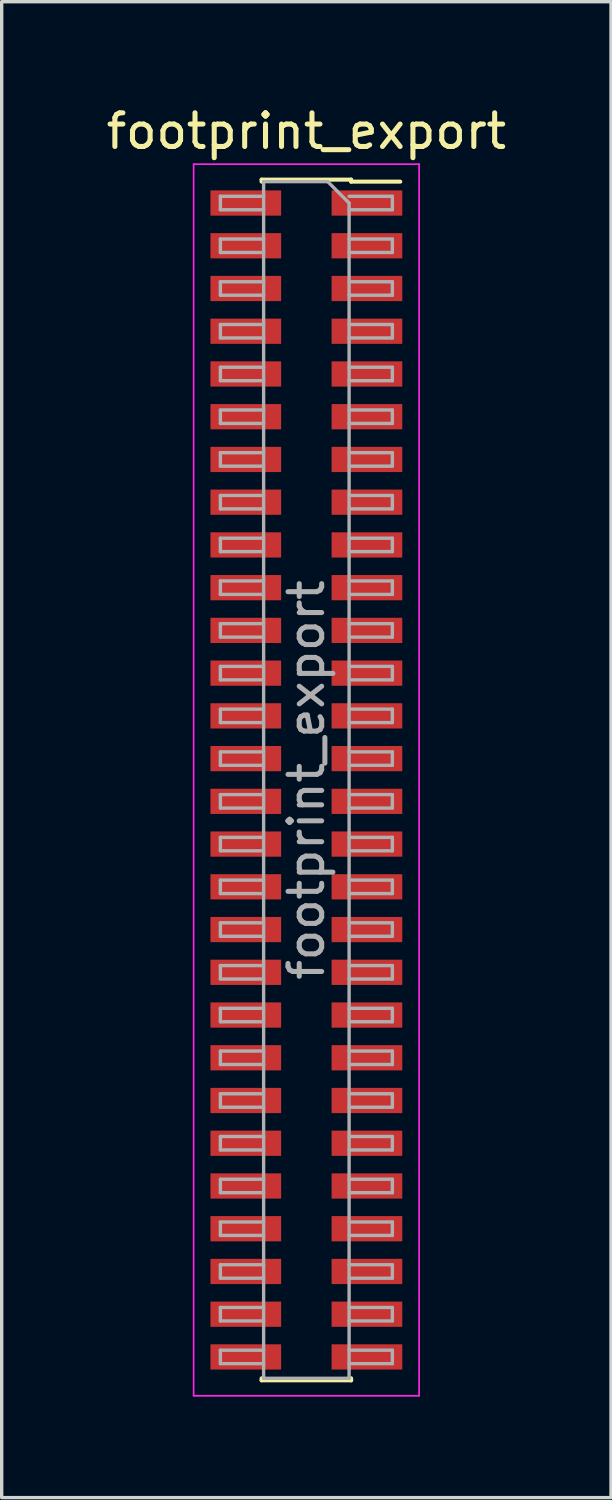
<source format=kicad_pcb>
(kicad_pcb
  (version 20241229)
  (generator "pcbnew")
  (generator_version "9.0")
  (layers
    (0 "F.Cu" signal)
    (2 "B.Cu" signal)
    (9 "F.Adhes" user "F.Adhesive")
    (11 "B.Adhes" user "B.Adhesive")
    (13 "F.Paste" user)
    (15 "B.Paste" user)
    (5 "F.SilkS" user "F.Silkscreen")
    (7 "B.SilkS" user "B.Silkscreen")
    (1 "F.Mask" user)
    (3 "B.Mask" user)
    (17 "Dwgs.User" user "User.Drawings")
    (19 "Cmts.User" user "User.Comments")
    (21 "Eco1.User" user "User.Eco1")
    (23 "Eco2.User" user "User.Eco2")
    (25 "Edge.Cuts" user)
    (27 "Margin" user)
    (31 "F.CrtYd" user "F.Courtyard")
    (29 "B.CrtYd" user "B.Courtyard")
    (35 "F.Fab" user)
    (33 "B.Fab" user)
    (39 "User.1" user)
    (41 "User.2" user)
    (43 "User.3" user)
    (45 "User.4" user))
  (footprint "footprint_export"
    (layer "F.Cu")
    (at 6.054 20.128)
    (property "Reference" "footprint_export" (at 0 -19.28 0) (layer "F.SilkS") (effects (font (size 1 1) (thickness 0.15))))
    (attr smd)
    (fp_line (start -1.33 -17.84) (end -1.33 -17.78) (stroke (width 0.12) (type solid)) (layer "F.SilkS"))
    (fp_line (start -1.33 -17.84) (end 1.33 -17.84) (stroke (width 0.12) (type solid)) (layer "F.SilkS"))
    (fp_line (start -1.33 17.78) (end -1.33 17.84) (stroke (width 0.12) (type solid)) (layer "F.SilkS"))
    (fp_line (start -1.33 17.84) (end 1.33 17.84) (stroke (width 0.12) (type solid)) (layer "F.SilkS"))
    (fp_line (start 1.33 -17.84) (end 1.33 -17.78) (stroke (width 0.12) (type solid)) (layer "F.SilkS"))
    (fp_line (start 1.33 -17.78) (end 2.79 -17.78) (stroke (width 0.12) (type solid)) (layer "F.SilkS"))
    (fp_line (start 1.33 17.78) (end 1.33 17.84) (stroke (width 0.12) (type solid)) (layer "F.SilkS"))
    (fp_line (start -3.35 -18.3) (end 3.35 -18.3) (stroke (width 0.05) (type solid)) (layer "F.CrtYd"))
    (fp_line (start -3.35 18.3) (end -3.35 -18.3) (stroke (width 0.05) (type solid)) (layer "F.CrtYd"))
    (fp_line (start 3.35 -18.3) (end 3.35 18.3) (stroke (width 0.05) (type solid)) (layer "F.CrtYd"))
    (fp_line (start 3.35 18.3) (end -3.35 18.3) (stroke (width 0.05) (type solid)) (layer "F.CrtYd"))
    (fp_line (start -2.555 -17.345) (end -1.27 -17.345) (stroke (width 0.1) (type solid)) (layer "F.Fab"))
    (fp_line (start -2.555 -16.945) (end -2.555 -17.345) (stroke (width 0.1) (type solid)) (layer "F.Fab"))
    (fp_line (start -2.555 -16.075) (end -1.27 -16.075) (stroke (width 0.1) (type solid)) (layer "F.Fab"))
    (fp_line (start -2.555 -15.675) (end -2.555 -16.075) (stroke (width 0.1) (type solid)) (layer "F.Fab"))
    (fp_line (start -2.555 -14.805) (end -1.27 -14.805) (stroke (width 0.1) (type solid)) (layer "F.Fab"))
    (fp_line (start -2.555 -14.405) (end -2.555 -14.805) (stroke (width 0.1) (type solid)) (layer "F.Fab"))
    (fp_line (start -2.555 -13.535) (end -1.27 -13.535) (stroke (width 0.1) (type solid)) (layer "F.Fab"))
    (fp_line (start -2.555 -13.135) (end -2.555 -13.535) (stroke (width 0.1) (type solid)) (layer "F.Fab"))
    (fp_line (start -2.555 -12.265) (end -1.27 -12.265) (stroke (width 0.1) (type solid)) (layer "F.Fab"))
    (fp_line (start -2.555 -11.865) (end -2.555 -12.265) (stroke (width 0.1) (type solid)) (layer "F.Fab"))
    (fp_line (start -2.555 -10.995) (end -1.27 -10.995) (stroke (width 0.1) (type solid)) (layer "F.Fab"))
    (fp_line (start -2.555 -10.595) (end -2.555 -10.995) (stroke (width 0.1) (type solid)) (layer "F.Fab"))
    (fp_line (start -2.555 -9.725) (end -1.27 -9.725) (stroke (width 0.1) (type solid)) (layer "F.Fab"))
    (fp_line (start -2.555 -9.325) (end -2.555 -9.725) (stroke (width 0.1) (type solid)) (layer "F.Fab"))
    (fp_line (start -2.555 -8.455) (end -1.27 -8.455) (stroke (width 0.1) (type solid)) (layer "F.Fab"))
    (fp_line (start -2.555 -8.055) (end -2.555 -8.455) (stroke (width 0.1) (type solid)) (layer "F.Fab"))
    (fp_line (start -2.555 -7.185) (end -1.27 -7.185) (stroke (width 0.1) (type solid)) (layer "F.Fab"))
    (fp_line (start -2.555 -6.785) (end -2.555 -7.185) (stroke (width 0.1) (type solid)) (layer "F.Fab"))
    (fp_line (start -2.555 -5.915) (end -1.27 -5.915) (stroke (width 0.1) (type solid)) (layer "F.Fab"))
    (fp_line (start -2.555 -5.515) (end -2.555 -5.915) (stroke (width 0.1) (type solid)) (layer "F.Fab"))
    (fp_line (start -2.555 -4.645) (end -1.27 -4.645) (stroke (width 0.1) (type solid)) (layer "F.Fab"))
    (fp_line (start -2.555 -4.245) (end -2.555 -4.645) (stroke (width 0.1) (type solid)) (layer "F.Fab"))
    (fp_line (start -2.555 -3.375) (end -1.27 -3.375) (stroke (width 0.1) (type solid)) (layer "F.Fab"))
    (fp_line (start -2.555 -2.975) (end -2.555 -3.375) (stroke (width 0.1) (type solid)) (layer "F.Fab"))
    (fp_line (start -2.555 -2.105) (end -1.27 -2.105) (stroke (width 0.1) (type solid)) (layer "F.Fab"))
    (fp_line (start -2.555 -1.705) (end -2.555 -2.105) (stroke (width 0.1) (type solid)) (layer "F.Fab"))
    (fp_line (start -2.555 -0.835) (end -1.27 -0.835) (stroke (width 0.1) (type solid)) (layer "F.Fab"))
    (fp_line (start -2.555 -0.435) (end -2.555 -0.835) (stroke (width 0.1) (type solid)) (layer "F.Fab"))
    (fp_line (start -2.555 0.435) (end -1.27 0.435) (stroke (width 0.1) (type solid)) (layer "F.Fab"))
    (fp_line (start -2.555 0.835) (end -2.555 0.435) (stroke (width 0.1) (type solid)) (layer "F.Fab"))
    (fp_line (start -2.555 1.705) (end -1.27 1.705) (stroke (width 0.1) (type solid)) (layer "F.Fab"))
    (fp_line (start -2.555 2.105) (end -2.555 1.705) (stroke (width 0.1) (type solid)) (layer "F.Fab"))
    (fp_line (start -2.555 2.975) (end -1.27 2.975) (stroke (width 0.1) (type solid)) (layer "F.Fab"))
    (fp_line (start -2.555 3.375) (end -2.555 2.975) (stroke (width 0.1) (type solid)) (layer "F.Fab"))
    (fp_line (start -2.555 4.245) (end -1.27 4.245) (stroke (width 0.1) (type solid)) (layer "F.Fab"))
    (fp_line (start -2.555 4.645) (end -2.555 4.245) (stroke (width 0.1) (type solid)) (layer "F.Fab"))
    (fp_line (start -2.555 5.515) (end -1.27 5.515) (stroke (width 0.1) (type solid)) (layer "F.Fab"))
    (fp_line (start -2.555 5.915) (end -2.555 5.515) (stroke (width 0.1) (type solid)) (layer "F.Fab"))
    (fp_line (start -2.555 6.785) (end -1.27 6.785) (stroke (width 0.1) (type solid)) (layer "F.Fab"))
    (fp_line (start -2.555 7.185) (end -2.555 6.785) (stroke (width 0.1) (type solid)) (layer "F.Fab"))
    (fp_line (start -2.555 8.055) (end -1.27 8.055) (stroke (width 0.1) (type solid)) (layer "F.Fab"))
    (fp_line (start -2.555 8.455) (end -2.555 8.055) (stroke (width 0.1) (type solid)) (layer "F.Fab"))
    (fp_line (start -2.555 9.325) (end -1.27 9.325) (stroke (width 0.1) (type solid)) (layer "F.Fab"))
    (fp_line (start -2.555 9.725) (end -2.555 9.325) (stroke (width 0.1) (type solid)) (layer "F.Fab"))
    (fp_line (start -2.555 10.595) (end -1.27 10.595) (stroke (width 0.1) (type solid)) (layer "F.Fab"))
    (fp_line (start -2.555 10.995) (end -2.555 10.595) (stroke (width 0.1) (type solid)) (layer "F.Fab"))
    (fp_line (start -2.555 11.865) (end -1.27 11.865) (stroke (width 0.1) (type solid)) (layer "F.Fab"))
    (fp_line (start -2.555 12.265) (end -2.555 11.865) (stroke (width 0.1) (type solid)) (layer "F.Fab"))
    (fp_line (start -2.555 13.135) (end -1.27 13.135) (stroke (width 0.1) (type solid)) (layer "F.Fab"))
    (fp_line (start -2.555 13.535) (end -2.555 13.135) (stroke (width 0.1) (type solid)) (layer "F.Fab"))
    (fp_line (start -2.555 14.405) (end -1.27 14.405) (stroke (width 0.1) (type solid)) (layer "F.Fab"))
    (fp_line (start -2.555 14.805) (end -2.555 14.405) (stroke (width 0.1) (type solid)) (layer "F.Fab"))
    (fp_line (start -2.555 15.675) (end -1.27 15.675) (stroke (width 0.1) (type solid)) (layer "F.Fab"))
    (fp_line (start -2.555 16.075) (end -2.555 15.675) (stroke (width 0.1) (type solid)) (layer "F.Fab"))
    (fp_line (start -2.555 16.945) (end -1.27 16.945) (stroke (width 0.1) (type solid)) (layer "F.Fab"))
    (fp_line (start -2.555 17.345) (end -2.555 16.945) (stroke (width 0.1) (type solid)) (layer "F.Fab"))
    (fp_line (start -1.27 -17.78) (end 0.635 -17.78) (stroke (width 0.1) (type solid)) (layer "F.Fab"))
    (fp_line (start -1.27 -16.945) (end -2.555 -16.945) (stroke (width 0.1) (type solid)) (layer "F.Fab"))
    (fp_line (start -1.27 -15.675) (end -2.555 -15.675) (stroke (width 0.1) (type solid)) (layer "F.Fab"))
    (fp_line (start -1.27 -14.405) (end -2.555 -14.405) (stroke (width 0.1) (type solid)) (layer "F.Fab"))
    (fp_line (start -1.27 -13.135) (end -2.555 -13.135) (stroke (width 0.1) (type solid)) (layer "F.Fab"))
    (fp_line (start -1.27 -11.865) (end -2.555 -11.865) (stroke (width 0.1) (type solid)) (layer "F.Fab"))
    (fp_line (start -1.27 -10.595) (end -2.555 -10.595) (stroke (width 0.1) (type solid)) (layer "F.Fab"))
    (fp_line (start -1.27 -9.325) (end -2.555 -9.325) (stroke (width 0.1) (type solid)) (layer "F.Fab"))
    (fp_line (start -1.27 -8.055) (end -2.555 -8.055) (stroke (width 0.1) (type solid)) (layer "F.Fab"))
    (fp_line (start -1.27 -6.785) (end -2.555 -6.785) (stroke (width 0.1) (type solid)) (layer "F.Fab"))
    (fp_line (start -1.27 -5.515) (end -2.555 -5.515) (stroke (width 0.1) (type solid)) (layer "F.Fab"))
    (fp_line (start -1.27 -4.245) (end -2.555 -4.245) (stroke (width 0.1) (type solid)) (layer "F.Fab"))
    (fp_line (start -1.27 -2.975) (end -2.555 -2.975) (stroke (width 0.1) (type solid)) (layer "F.Fab"))
    (fp_line (start -1.27 -1.705) (end -2.555 -1.705) (stroke (width 0.1) (type solid)) (layer "F.Fab"))
    (fp_line (start -1.27 -0.435) (end -2.555 -0.435) (stroke (width 0.1) (type solid)) (layer "F.Fab"))
    (fp_line (start -1.27 0.835) (end -2.555 0.835) (stroke (width 0.1) (type solid)) (layer "F.Fab"))
    (fp_line (start -1.27 2.105) (end -2.555 2.105) (stroke (width 0.1) (type solid)) (layer "F.Fab"))
    (fp_line (start -1.27 3.375) (end -2.555 3.375) (stroke (width 0.1) (type solid)) (layer "F.Fab"))
    (fp_line (start -1.27 4.645) (end -2.555 4.645) (stroke (width 0.1) (type solid)) (layer "F.Fab"))
    (fp_line (start -1.27 5.915) (end -2.555 5.915) (stroke (width 0.1) (type solid)) (layer "F.Fab"))
    (fp_line (start -1.27 7.185) (end -2.555 7.185) (stroke (width 0.1) (type solid)) (layer "F.Fab"))
    (fp_line (start -1.27 8.455) (end -2.555 8.455) (stroke (width 0.1) (type solid)) (layer "F.Fab"))
    (fp_line (start -1.27 9.725) (end -2.555 9.725) (stroke (width 0.1) (type solid)) (layer "F.Fab"))
    (fp_line (start -1.27 10.995) (end -2.555 10.995) (stroke (width 0.1) (type solid)) (layer "F.Fab"))
    (fp_line (start -1.27 12.265) (end -2.555 12.265) (stroke (width 0.1) (type solid)) (layer "F.Fab"))
    (fp_line (start -1.27 13.535) (end -2.555 13.535) (stroke (width 0.1) (type solid)) (layer "F.Fab"))
    (fp_line (start -1.27 14.805) (end -2.555 14.805) (stroke (width 0.1) (type solid)) (layer "F.Fab"))
    (fp_line (start -1.27 16.075) (end -2.555 16.075) (stroke (width 0.1) (type solid)) (layer "F.Fab"))
    (fp_line (start -1.27 17.345) (end -2.555 17.345) (stroke (width 0.1) (type solid)) (layer "F.Fab"))
    (fp_line (start -1.27 17.78) (end -1.27 -17.78) (stroke (width 0.1) (type solid)) (layer "F.Fab"))
    (fp_line (start 0.635 -17.78) (end 1.27 -17.145) (stroke (width 0.1) (type solid)) (layer "F.Fab"))
    (fp_line (start 1.27 -17.345) (end 2.555 -17.345) (stroke (width 0.1) (type solid)) (layer "F.Fab"))
    (fp_line (start 1.27 -17.145) (end 1.27 17.78) (stroke (width 0.1) (type solid)) (layer "F.Fab"))
    (fp_line (start 1.27 -16.075) (end 2.555 -16.075) (stroke (width 0.1) (type solid)) (layer "F.Fab"))
    (fp_line (start 1.27 -14.805) (end 2.555 -14.805) (stroke (width 0.1) (type solid)) (layer "F.Fab"))
    (fp_line (start 1.27 -13.535) (end 2.555 -13.535) (stroke (width 0.1) (type solid)) (layer "F.Fab"))
    (fp_line (start 1.27 -12.265) (end 2.555 -12.265) (stroke (width 0.1) (type solid)) (layer "F.Fab"))
    (fp_line (start 1.27 -10.995) (end 2.555 -10.995) (stroke (width 0.1) (type solid)) (layer "F.Fab"))
    (fp_line (start 1.27 -9.725) (end 2.555 -9.725) (stroke (width 0.1) (type solid)) (layer "F.Fab"))
    (fp_line (start 1.27 -8.455) (end 2.555 -8.455) (stroke (width 0.1) (type solid)) (layer "F.Fab"))
    (fp_line (start 1.27 -7.185) (end 2.555 -7.185) (stroke (width 0.1) (type solid)) (layer "F.Fab"))
    (fp_line (start 1.27 -5.915) (end 2.555 -5.915) (stroke (width 0.1) (type solid)) (layer "F.Fab"))
    (fp_line (start 1.27 -4.645) (end 2.555 -4.645) (stroke (width 0.1) (type solid)) (layer "F.Fab"))
    (fp_line (start 1.27 -3.375) (end 2.555 -3.375) (stroke (width 0.1) (type solid)) (layer "F.Fab"))
    (fp_line (start 1.27 -2.105) (end 2.555 -2.105) (stroke (width 0.1) (type solid)) (layer "F.Fab"))
    (fp_line (start 1.27 -0.835) (end 2.555 -0.835) (stroke (width 0.1) (type solid)) (layer "F.Fab"))
    (fp_line (start 1.27 0.435) (end 2.555 0.435) (stroke (width 0.1) (type solid)) (layer "F.Fab"))
    (fp_line (start 1.27 1.705) (end 2.555 1.705) (stroke (width 0.1) (type solid)) (layer "F.Fab"))
    (fp_line (start 1.27 2.975) (end 2.555 2.975) (stroke (width 0.1) (type solid)) (layer "F.Fab"))
    (fp_line (start 1.27 4.245) (end 2.555 4.245) (stroke (width 0.1) (type solid)) (layer "F.Fab"))
    (fp_line (start 1.27 5.515) (end 2.555 5.515) (stroke (width 0.1) (type solid)) (layer "F.Fab"))
    (fp_line (start 1.27 6.785) (end 2.555 6.785) (stroke (width 0.1) (type solid)) (layer "F.Fab"))
    (fp_line (start 1.27 8.055) (end 2.555 8.055) (stroke (width 0.1) (type solid)) (layer "F.Fab"))
    (fp_line (start 1.27 9.325) (end 2.555 9.325) (stroke (width 0.1) (type solid)) (layer "F.Fab"))
    (fp_line (start 1.27 10.595) (end 2.555 10.595) (stroke (width 0.1) (type solid)) (layer "F.Fab"))
    (fp_line (start 1.27 11.865) (end 2.555 11.865) (stroke (width 0.1) (type solid)) (layer "F.Fab"))
    (fp_line (start 1.27 13.135) (end 2.555 13.135) (stroke (width 0.1) (type solid)) (layer "F.Fab"))
    (fp_line (start 1.27 14.405) (end 2.555 14.405) (stroke (width 0.1) (type solid)) (layer "F.Fab"))
    (fp_line (start 1.27 15.675) (end 2.555 15.675) (stroke (width 0.1) (type solid)) (layer "F.Fab"))
    (fp_line (start 1.27 16.945) (end 2.555 16.945) (stroke (width 0.1) (type solid)) (layer "F.Fab"))
    (fp_line (start 1.27 17.78) (end -1.27 17.78) (stroke (width 0.1) (type solid)) (layer "F.Fab"))
    (fp_line (start 2.555 -17.345) (end 2.555 -16.945) (stroke (width 0.1) (type solid)) (layer "F.Fab"))
    (fp_line (start 2.555 -16.945) (end 1.27 -16.945) (stroke (width 0.1) (type solid)) (layer "F.Fab"))
    (fp_line (start 2.555 -16.075) (end 2.555 -15.675) (stroke (width 0.1) (type solid)) (layer "F.Fab"))
    (fp_line (start 2.555 -15.675) (end 1.27 -15.675) (stroke (width 0.1) (type solid)) (layer "F.Fab"))
    (fp_line (start 2.555 -14.805) (end 2.555 -14.405) (stroke (width 0.1) (type solid)) (layer "F.Fab"))
    (fp_line (start 2.555 -14.405) (end 1.27 -14.405) (stroke (width 0.1) (type solid)) (layer "F.Fab"))
    (fp_line (start 2.555 -13.535) (end 2.555 -13.135) (stroke (width 0.1) (type solid)) (layer "F.Fab"))
    (fp_line (start 2.555 -13.135) (end 1.27 -13.135) (stroke (width 0.1) (type solid)) (layer "F.Fab"))
    (fp_line (start 2.555 -12.265) (end 2.555 -11.865) (stroke (width 0.1) (type solid)) (layer "F.Fab"))
    (fp_line (start 2.555 -11.865) (end 1.27 -11.865) (stroke (width 0.1) (type solid)) (layer "F.Fab"))
    (fp_line (start 2.555 -10.995) (end 2.555 -10.595) (stroke (width 0.1) (type solid)) (layer "F.Fab"))
    (fp_line (start 2.555 -10.595) (end 1.27 -10.595) (stroke (width 0.1) (type solid)) (layer "F.Fab"))
    (fp_line (start 2.555 -9.725) (end 2.555 -9.325) (stroke (width 0.1) (type solid)) (layer "F.Fab"))
    (fp_line (start 2.555 -9.325) (end 1.27 -9.325) (stroke (width 0.1) (type solid)) (layer "F.Fab"))
    (fp_line (start 2.555 -8.455) (end 2.555 -8.055) (stroke (width 0.1) (type solid)) (layer "F.Fab"))
    (fp_line (start 2.555 -8.055) (end 1.27 -8.055) (stroke (width 0.1) (type solid)) (layer "F.Fab"))
    (fp_line (start 2.555 -7.185) (end 2.555 -6.785) (stroke (width 0.1) (type solid)) (layer "F.Fab"))
    (fp_line (start 2.555 -6.785) (end 1.27 -6.785) (stroke (width 0.1) (type solid)) (layer "F.Fab"))
    (fp_line (start 2.555 -5.915) (end 2.555 -5.515) (stroke (width 0.1) (type solid)) (layer "F.Fab"))
    (fp_line (start 2.555 -5.515) (end 1.27 -5.515) (stroke (width 0.1) (type solid)) (layer "F.Fab"))
    (fp_line (start 2.555 -4.645) (end 2.555 -4.245) (stroke (width 0.1) (type solid)) (layer "F.Fab"))
    (fp_line (start 2.555 -4.245) (end 1.27 -4.245) (stroke (width 0.1) (type solid)) (layer "F.Fab"))
    (fp_line (start 2.555 -3.375) (end 2.555 -2.975) (stroke (width 0.1) (type solid)) (layer "F.Fab"))
    (fp_line (start 2.555 -2.975) (end 1.27 -2.975) (stroke (width 0.1) (type solid)) (layer "F.Fab"))
    (fp_line (start 2.555 -2.105) (end 2.555 -1.705) (stroke (width 0.1) (type solid)) (layer "F.Fab"))
    (fp_line (start 2.555 -1.705) (end 1.27 -1.705) (stroke (width 0.1) (type solid)) (layer "F.Fab"))
    (fp_line (start 2.555 -0.835) (end 2.555 -0.435) (stroke (width 0.1) (type solid)) (layer "F.Fab"))
    (fp_line (start 2.555 -0.435) (end 1.27 -0.435) (stroke (width 0.1) (type solid)) (layer "F.Fab"))
    (fp_line (start 2.555 0.435) (end 2.555 0.835) (stroke (width 0.1) (type solid)) (layer "F.Fab"))
    (fp_line (start 2.555 0.835) (end 1.27 0.835) (stroke (width 0.1) (type solid)) (layer "F.Fab"))
    (fp_line (start 2.555 1.705) (end 2.555 2.105) (stroke (width 0.1) (type solid)) (layer "F.Fab"))
    (fp_line (start 2.555 2.105) (end 1.27 2.105) (stroke (width 0.1) (type solid)) (layer "F.Fab"))
    (fp_line (start 2.555 2.975) (end 2.555 3.375) (stroke (width 0.1) (type solid)) (layer "F.Fab"))
    (fp_line (start 2.555 3.375) (end 1.27 3.375) (stroke (width 0.1) (type solid)) (layer "F.Fab"))
    (fp_line (start 2.555 4.245) (end 2.555 4.645) (stroke (width 0.1) (type solid)) (layer "F.Fab"))
    (fp_line (start 2.555 4.645) (end 1.27 4.645) (stroke (width 0.1) (type solid)) (layer "F.Fab"))
    (fp_line (start 2.555 5.515) (end 2.555 5.915) (stroke (width 0.1) (type solid)) (layer "F.Fab"))
    (fp_line (start 2.555 5.915) (end 1.27 5.915) (stroke (width 0.1) (type solid)) (layer "F.Fab"))
    (fp_line (start 2.555 6.785) (end 2.555 7.185) (stroke (width 0.1) (type solid)) (layer "F.Fab"))
    (fp_line (start 2.555 7.185) (end 1.27 7.185) (stroke (width 0.1) (type solid)) (layer "F.Fab"))
    (fp_line (start 2.555 8.055) (end 2.555 8.455) (stroke (width 0.1) (type solid)) (layer "F.Fab"))
    (fp_line (start 2.555 8.455) (end 1.27 8.455) (stroke (width 0.1) (type solid)) (layer "F.Fab"))
    (fp_line (start 2.555 9.325) (end 2.555 9.725) (stroke (width 0.1) (type solid)) (layer "F.Fab"))
    (fp_line (start 2.555 9.725) (end 1.27 9.725) (stroke (width 0.1) (type solid)) (layer "F.Fab"))
    (fp_line (start 2.555 10.595) (end 2.555 10.995) (stroke (width 0.1) (type solid)) (layer "F.Fab"))
    (fp_line (start 2.555 10.995) (end 1.27 10.995) (stroke (width 0.1) (type solid)) (layer "F.Fab"))
    (fp_line (start 2.555 11.865) (end 2.555 12.265) (stroke (width 0.1) (type solid)) (layer "F.Fab"))
    (fp_line (start 2.555 12.265) (end 1.27 12.265) (stroke (width 0.1) (type solid)) (layer "F.Fab"))
    (fp_line (start 2.555 13.135) (end 2.555 13.535) (stroke (width 0.1) (type solid)) (layer "F.Fab"))
    (fp_line (start 2.555 13.535) (end 1.27 13.535) (stroke (width 0.1) (type solid)) (layer "F.Fab"))
    (fp_line (start 2.555 14.405) (end 2.555 14.805) (stroke (width 0.1) (type solid)) (layer "F.Fab"))
    (fp_line (start 2.555 14.805) (end 1.27 14.805) (stroke (width 0.1) (type solid)) (layer "F.Fab"))
    (fp_line (start 2.555 15.675) (end 2.555 16.075) (stroke (width 0.1) (type solid)) (layer "F.Fab"))
    (fp_line (start 2.555 16.075) (end 1.27 16.075) (stroke (width 0.1) (type solid)) (layer "F.Fab"))
    (fp_line (start 2.555 16.945) (end 2.555 17.345) (stroke (width 0.1) (type solid)) (layer "F.Fab"))
    (fp_line (start 2.555 17.345) (end 1.27 17.345) (stroke (width 0.1) (type solid)) (layer "F.Fab"))
    (fp_text user "${REFERENCE}" (at 0 0 90) (layer "F.Fab") (effects (font (size 1 1) (thickness 0.15))))
    (pad "1" smd rect (at 1.8 -17.145) (size 2.1 0.75) (layers "F.Cu" "F.Mask" "F.Paste"))
    (pad "2" smd rect (at -1.8 -17.145) (size 2.1 0.75) (layers "F.Cu" "F.Mask" "F.Paste"))
    (pad "3" smd rect (at 1.8 -15.875) (size 2.1 0.75) (layers "F.Cu" "F.Mask" "F.Paste"))
    (pad "4" smd rect (at -1.8 -15.875) (size 2.1 0.75) (layers "F.Cu" "F.Mask" "F.Paste"))
    (pad "5" smd rect (at 1.8 -14.605) (size 2.1 0.75) (layers "F.Cu" "F.Mask" "F.Paste"))
    (pad "6" smd rect (at -1.8 -14.605) (size 2.1 0.75) (layers "F.Cu" "F.Mask" "F.Paste"))
    (pad "7" smd rect (at 1.8 -13.335) (size 2.1 0.75) (layers "F.Cu" "F.Mask" "F.Paste"))
    (pad "8" smd rect (at -1.8 -13.335) (size 2.1 0.75) (layers "F.Cu" "F.Mask" "F.Paste"))
    (pad "9" smd rect (at 1.8 -12.065) (size 2.1 0.75) (layers "F.Cu" "F.Mask" "F.Paste"))
    (pad "10" smd rect (at -1.8 -12.065) (size 2.1 0.75) (layers "F.Cu" "F.Mask" "F.Paste"))
    (pad "11" smd rect (at 1.8 -10.795) (size 2.1 0.75) (layers "F.Cu" "F.Mask" "F.Paste"))
    (pad "12" smd rect (at -1.8 -10.795) (size 2.1 0.75) (layers "F.Cu" "F.Mask" "F.Paste"))
    (pad "13" smd rect (at 1.8 -9.525) (size 2.1 0.75) (layers "F.Cu" "F.Mask" "F.Paste"))
    (pad "14" smd rect (at -1.8 -9.525) (size 2.1 0.75) (layers "F.Cu" "F.Mask" "F.Paste"))
    (pad "15" smd rect (at 1.8 -8.255) (size 2.1 0.75) (layers "F.Cu" "F.Mask" "F.Paste"))
    (pad "16" smd rect (at -1.8 -8.255) (size 2.1 0.75) (layers "F.Cu" "F.Mask" "F.Paste"))
    (pad "17" smd rect (at 1.8 -6.985) (size 2.1 0.75) (layers "F.Cu" "F.Mask" "F.Paste"))
    (pad "18" smd rect (at -1.8 -6.985) (size 2.1 0.75) (layers "F.Cu" "F.Mask" "F.Paste"))
    (pad "19" smd rect (at 1.8 -5.715) (size 2.1 0.75) (layers "F.Cu" "F.Mask" "F.Paste"))
    (pad "20" smd rect (at -1.8 -5.715) (size 2.1 0.75) (layers "F.Cu" "F.Mask" "F.Paste"))
    (pad "21" smd rect (at 1.8 -4.445) (size 2.1 0.75) (layers "F.Cu" "F.Mask" "F.Paste"))
    (pad "22" smd rect (at -1.8 -4.445) (size 2.1 0.75) (layers "F.Cu" "F.Mask" "F.Paste"))
    (pad "23" smd rect (at 1.8 -3.175) (size 2.1 0.75) (layers "F.Cu" "F.Mask" "F.Paste"))
    (pad "24" smd rect (at -1.8 -3.175) (size 2.1 0.75) (layers "F.Cu" "F.Mask" "F.Paste"))
    (pad "25" smd rect (at 1.8 -1.905) (size 2.1 0.75) (layers "F.Cu" "F.Mask" "F.Paste"))
    (pad "26" smd rect (at -1.8 -1.905) (size 2.1 0.75) (layers "F.Cu" "F.Mask" "F.Paste"))
    (pad "27" smd rect (at 1.8 -0.635) (size 2.1 0.75) (layers "F.Cu" "F.Mask" "F.Paste"))
    (pad "28" smd rect (at -1.8 -0.635) (size 2.1 0.75) (layers "F.Cu" "F.Mask" "F.Paste"))
    (pad "29" smd rect (at 1.8 0.635) (size 2.1 0.75) (layers "F.Cu" "F.Mask" "F.Paste"))
    (pad "30" smd rect (at -1.8 0.635) (size 2.1 0.75) (layers "F.Cu" "F.Mask" "F.Paste"))
    (pad "31" smd rect (at 1.8 1.905) (size 2.1 0.75) (layers "F.Cu" "F.Mask" "F.Paste"))
    (pad "32" smd rect (at -1.8 1.905) (size 2.1 0.75) (layers "F.Cu" "F.Mask" "F.Paste"))
    (pad "33" smd rect (at 1.8 3.175) (size 2.1 0.75) (layers "F.Cu" "F.Mask" "F.Paste"))
    (pad "34" smd rect (at -1.8 3.175) (size 2.1 0.75) (layers "F.Cu" "F.Mask" "F.Paste"))
    (pad "35" smd rect (at 1.8 4.445) (size 2.1 0.75) (layers "F.Cu" "F.Mask" "F.Paste"))
    (pad "36" smd rect (at -1.8 4.445) (size 2.1 0.75) (layers "F.Cu" "F.Mask" "F.Paste"))
    (pad "37" smd rect (at 1.8 5.715) (size 2.1 0.75) (layers "F.Cu" "F.Mask" "F.Paste"))
    (pad "38" smd rect (at -1.8 5.715) (size 2.1 0.75) (layers "F.Cu" "F.Mask" "F.Paste"))
    (pad "39" smd rect (at 1.8 6.985) (size 2.1 0.75) (layers "F.Cu" "F.Mask" "F.Paste"))
    (pad "40" smd rect (at -1.8 6.985) (size 2.1 0.75) (layers "F.Cu" "F.Mask" "F.Paste"))
    (pad "41" smd rect (at 1.8 8.255) (size 2.1 0.75) (layers "F.Cu" "F.Mask" "F.Paste"))
    (pad "42" smd rect (at -1.8 8.255) (size 2.1 0.75) (layers "F.Cu" "F.Mask" "F.Paste"))
    (pad "43" smd rect (at 1.8 9.525) (size 2.1 0.75) (layers "F.Cu" "F.Mask" "F.Paste"))
    (pad "44" smd rect (at -1.8 9.525) (size 2.1 0.75) (layers "F.Cu" "F.Mask" "F.Paste"))
    (pad "45" smd rect (at 1.8 10.795) (size 2.1 0.75) (layers "F.Cu" "F.Mask" "F.Paste"))
    (pad "46" smd rect (at -1.8 10.795) (size 2.1 0.75) (layers "F.Cu" "F.Mask" "F.Paste"))
    (pad "47" smd rect (at 1.8 12.065) (size 2.1 0.75) (layers "F.Cu" "F.Mask" "F.Paste"))
    (pad "48" smd rect (at -1.8 12.065) (size 2.1 0.75) (layers "F.Cu" "F.Mask" "F.Paste"))
    (pad "49" smd rect (at 1.8 13.335) (size 2.1 0.75) (layers "F.Cu" "F.Mask" "F.Paste"))
    (pad "50" smd rect (at -1.8 13.335) (size 2.1 0.75) (layers "F.Cu" "F.Mask" "F.Paste"))
    (pad "51" smd rect (at 1.8 14.605) (size 2.1 0.75) (layers "F.Cu" "F.Mask" "F.Paste"))
    (pad "52" smd rect (at -1.8 14.605) (size 2.1 0.75) (layers "F.Cu" "F.Mask" "F.Paste"))
    (pad "53" smd rect (at 1.8 15.875) (size 2.1 0.75) (layers "F.Cu" "F.Mask" "F.Paste"))
    (pad "54" smd rect (at -1.8 15.875) (size 2.1 0.75) (layers "F.Cu" "F.Mask" "F.Paste"))
    (pad "55" smd rect (at 1.8 17.145) (size 2.1 0.75) (layers "F.Cu" "F.Mask" "F.Paste"))
    (pad "56" smd rect (at -1.8 17.145) (size 2.1 0.75) (layers "F.Cu" "F.Mask" "F.Paste")))
  (gr_rect
    (start -3 -3)
    (end 15.107 41.453)
    (stroke (width 0.1) (type default))
    (fill no)
    (layer "Edge.Cuts")))
</source>
